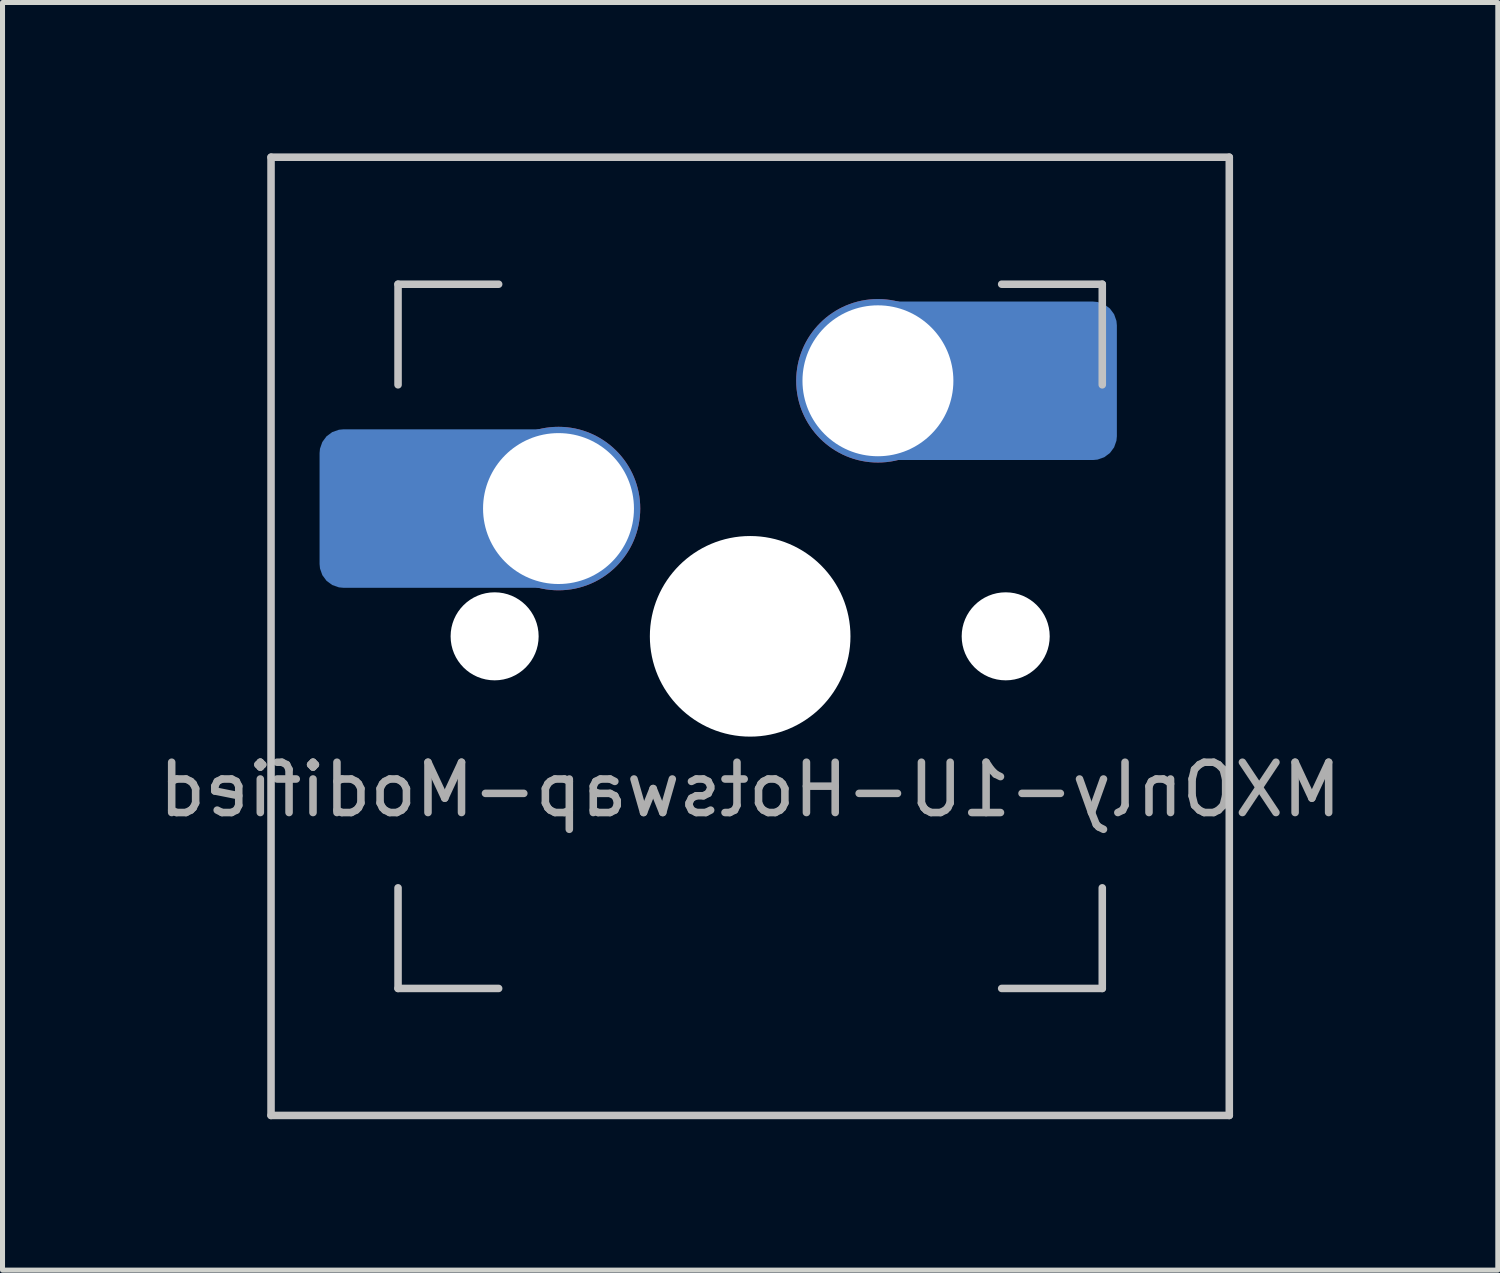
<source format=kicad_pcb>
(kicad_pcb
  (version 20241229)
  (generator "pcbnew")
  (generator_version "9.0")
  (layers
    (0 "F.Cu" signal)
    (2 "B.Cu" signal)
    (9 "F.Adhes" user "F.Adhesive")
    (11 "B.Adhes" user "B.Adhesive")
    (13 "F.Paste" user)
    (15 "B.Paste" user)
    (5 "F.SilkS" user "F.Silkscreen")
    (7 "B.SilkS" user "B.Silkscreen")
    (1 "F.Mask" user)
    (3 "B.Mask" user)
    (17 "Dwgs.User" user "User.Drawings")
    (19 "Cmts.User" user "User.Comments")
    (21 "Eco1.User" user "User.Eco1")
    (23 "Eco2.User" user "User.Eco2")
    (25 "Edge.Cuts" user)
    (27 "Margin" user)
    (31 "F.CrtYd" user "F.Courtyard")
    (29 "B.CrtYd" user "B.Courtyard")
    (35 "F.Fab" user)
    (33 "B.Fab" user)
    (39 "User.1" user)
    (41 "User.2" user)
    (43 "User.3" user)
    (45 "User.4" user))
  (footprint "MXOnly-1U-Hotswap-Modified"
    (layer "F.Cu")
    (at 11.863 9.6)
    (property "Reference" "MXOnly-1U-Hotswap-Modified" (at 0 3.048 0) (layer "F.Fab") (effects (font (size 1 1) (thickness 0.15)) (justify mirror)))
    (attr through_hole)
    (fp_line (start -9.525 -9.525) (end 9.525 -9.525) (stroke (width 0.15) (type solid)) (layer "Dwgs.User"))
    (fp_line (start -9.525 9.525) (end -9.525 -9.525) (stroke (width 0.15) (type solid)) (layer "Dwgs.User"))
    (fp_line (start -7 -7) (end -7 -5) (stroke (width 0.15) (type solid)) (layer "Dwgs.User"))
    (fp_line (start -7 5) (end -7 7) (stroke (width 0.15) (type solid)) (layer "Dwgs.User"))
    (fp_line (start -7 7) (end -5 7) (stroke (width 0.15) (type solid)) (layer "Dwgs.User"))
    (fp_line (start -5 -7) (end -7 -7) (stroke (width 0.15) (type solid)) (layer "Dwgs.User"))
    (fp_line (start 5 -7) (end 7 -7) (stroke (width 0.15) (type solid)) (layer "Dwgs.User"))
    (fp_line (start 5 7) (end 7 7) (stroke (width 0.15) (type solid)) (layer "Dwgs.User"))
    (fp_line (start 7 -7) (end 7 -5) (stroke (width 0.15) (type solid)) (layer "Dwgs.User"))
    (fp_line (start 7 7) (end 7 5) (stroke (width 0.15) (type solid)) (layer "Dwgs.User"))
    (fp_line (start 9.525 -9.525) (end 9.525 9.525) (stroke (width 0.15) (type solid)) (layer "Dwgs.User"))
    (fp_line (start 9.525 9.525) (end -9.525 9.525) (stroke (width 0.15) (type solid)) (layer "Dwgs.User"))
    (pad "" smd rect (at -7.085 -2.54) (size 2.55 2.5) (layers "B.Mask" "B.Paste"))
    (pad "" np_thru_hole circle (at -5.08 0 48.1) (size 1.75 1.75) (drill 1.75) (layers "*.Cu" "*.Mask"))
    (pad "" np_thru_hole circle (at 0 0) (size 3.988 3.988) (drill 3.988) (layers "*.Cu" "*.Mask"))
    (pad "" np_thru_hole circle (at 5.08 0 48.1) (size 1.75 1.75) (drill 1.75) (layers "*.Cu" "*.Mask"))
    (pad "" smd rect (at 5.815 -5.08) (size 2.55 2.5) (layers "B.Mask" "B.Paste"))
    (pad "1" thru_hole circle (at -3.81 -2.54) (size 3.25 3.25) (drill 3) (layers "*.Cu" "*.Mask"))
    (pad "1" smd roundrect (at -3.81 -2.54) (size 5.5 3.15) (drill (offset -2 0)) (layers "B.Cu" "B.Mask" "B.Paste") (roundrect_rratio 0.15))
    (pad "2" thru_hole circle (at 2.54 -5.08) (size 3.25 3.25) (drill 3) (layers "*.Cu" "*.Mask"))
    (pad "2" smd roundrect (at 2.54 -5.08) (size 5.5 3.15) (drill (offset 2 0)) (layers "B.Cu" "B.Mask" "B.Paste") (roundrect_rratio 0.15)))
  (gr_rect
    (start -3 -3)
    (end 26.726 22.2)
    (stroke (width 0.1) (type default))
    (fill no)
    (layer "Edge.Cuts")))
</source>
